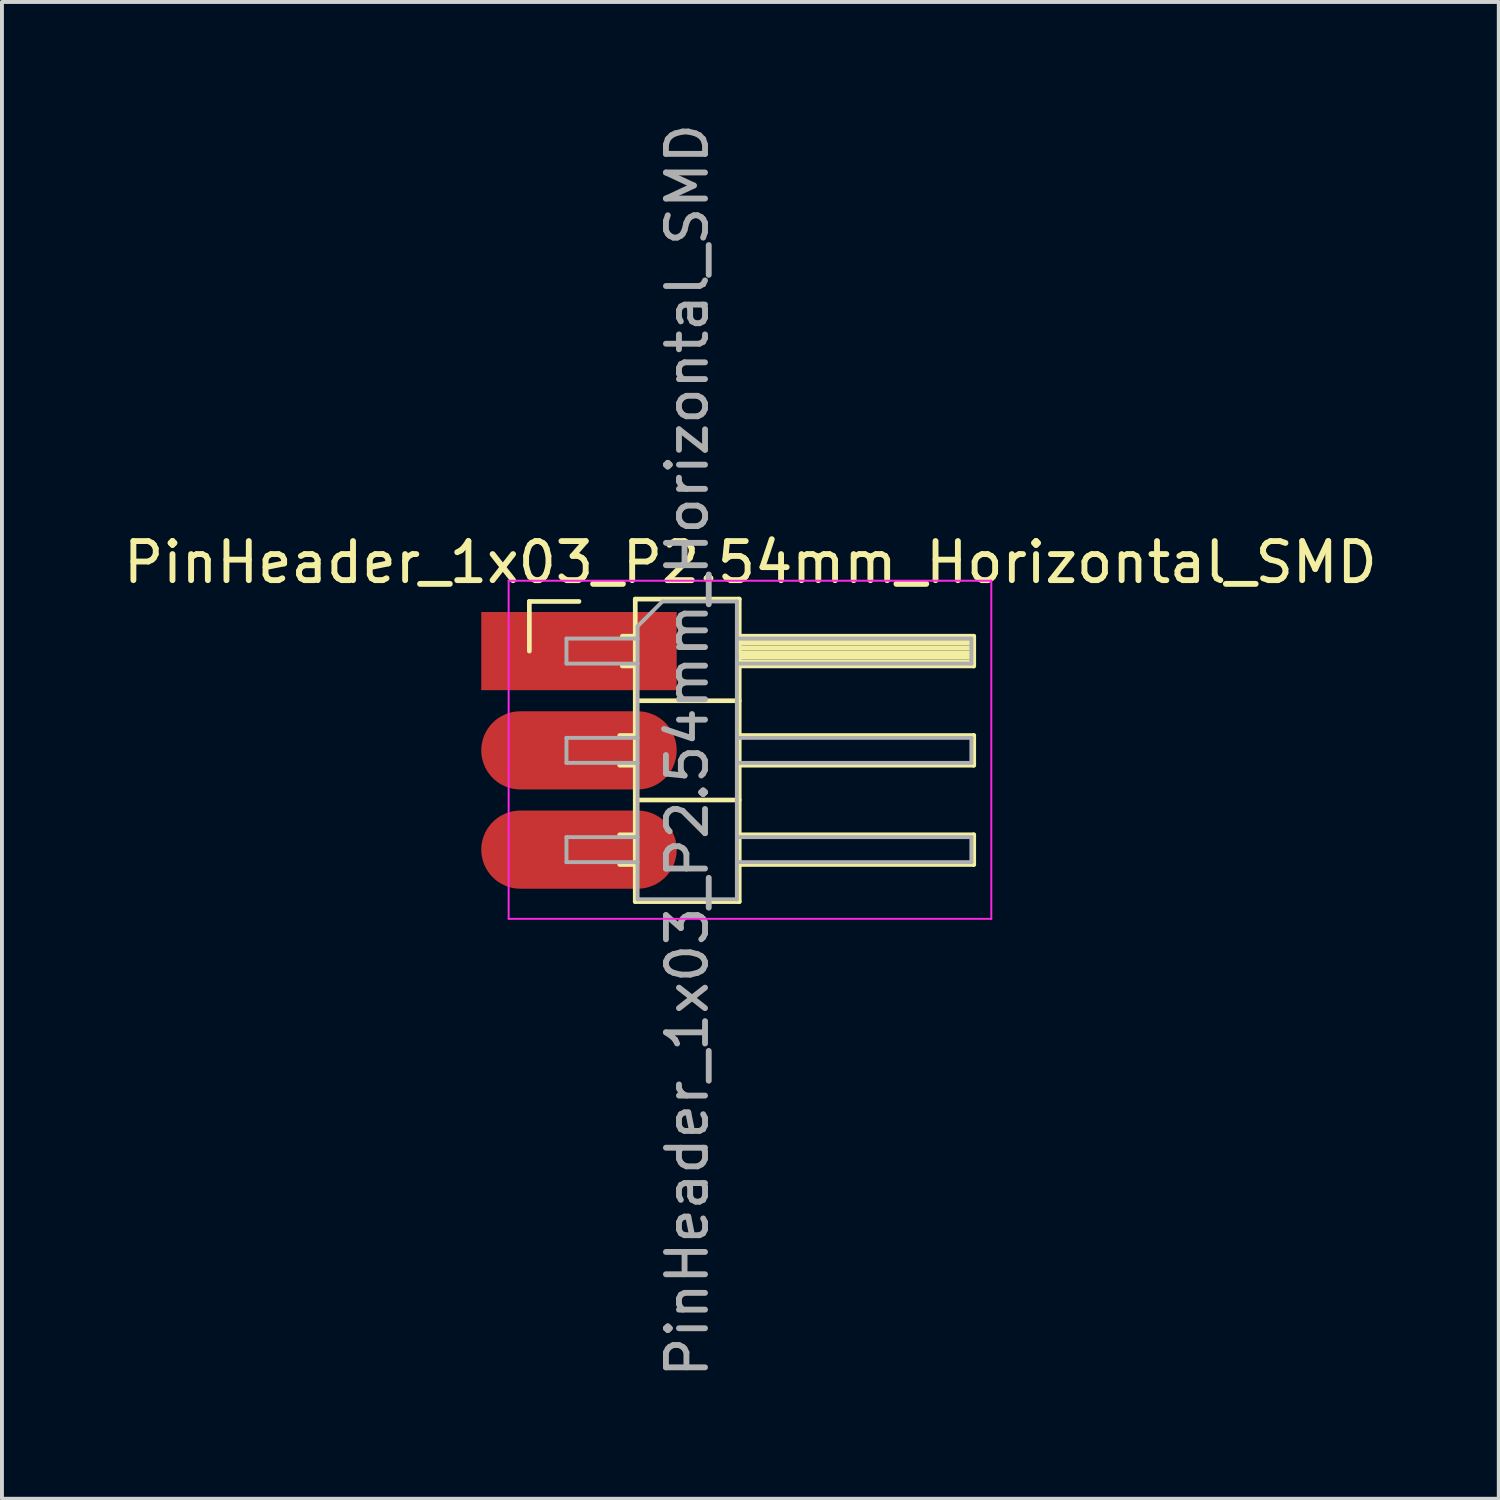
<source format=kicad_pcb>
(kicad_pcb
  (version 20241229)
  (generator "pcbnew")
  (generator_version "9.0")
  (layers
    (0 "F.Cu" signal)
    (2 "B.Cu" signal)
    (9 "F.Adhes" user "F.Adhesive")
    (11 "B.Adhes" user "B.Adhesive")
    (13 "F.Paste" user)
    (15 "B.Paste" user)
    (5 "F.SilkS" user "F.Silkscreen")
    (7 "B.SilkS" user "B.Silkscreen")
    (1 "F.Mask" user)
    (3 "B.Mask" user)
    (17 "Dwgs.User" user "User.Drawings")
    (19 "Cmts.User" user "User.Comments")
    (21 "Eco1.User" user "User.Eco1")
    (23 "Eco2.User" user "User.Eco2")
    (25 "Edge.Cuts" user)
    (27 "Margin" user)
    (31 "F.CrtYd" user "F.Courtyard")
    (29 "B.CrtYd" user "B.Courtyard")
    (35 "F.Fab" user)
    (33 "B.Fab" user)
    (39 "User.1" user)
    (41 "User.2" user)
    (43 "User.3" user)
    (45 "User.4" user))
  (footprint "PinHeader_1x03_P2.54mm_Horizontal_SMD"
    (layer "F.Cu")
    (at 11.764 13.609)
    (property "Reference" "PinHeader_1x03_P2.54mm_Horizontal_SMD" (at 4.385 -2.27 0) (layer "F.SilkS") (effects (font (size 1 1) (thickness 0.15))))
    (attr smd)
    (fp_line (start -1.27 -1.27) (end 0 -1.27) (stroke (width 0.12) (type solid)) (layer "F.SilkS"))
    (fp_line (start -1.27 0) (end -1.27 -1.27) (stroke (width 0.12) (type solid)) (layer "F.SilkS"))
    (fp_line (start 1.043 2.16) (end 1.44 2.16) (stroke (width 0.12) (type solid)) (layer "F.SilkS"))
    (fp_line (start 1.043 2.92) (end 1.44 2.92) (stroke (width 0.12) (type solid)) (layer "F.SilkS"))
    (fp_line (start 1.043 4.7) (end 1.44 4.7) (stroke (width 0.12) (type solid)) (layer "F.SilkS"))
    (fp_line (start 1.043 5.46) (end 1.44 5.46) (stroke (width 0.12) (type solid)) (layer "F.SilkS"))
    (fp_line (start 1.11 -0.38) (end 1.44 -0.38) (stroke (width 0.12) (type solid)) (layer "F.SilkS"))
    (fp_line (start 1.11 0.38) (end 1.44 0.38) (stroke (width 0.12) (type solid)) (layer "F.SilkS"))
    (fp_line (start 1.44 -1.33) (end 1.44 6.41) (stroke (width 0.12) (type solid)) (layer "F.SilkS"))
    (fp_line (start 1.44 1.27) (end 4.1 1.27) (stroke (width 0.12) (type solid)) (layer "F.SilkS"))
    (fp_line (start 1.44 3.81) (end 4.1 3.81) (stroke (width 0.12) (type solid)) (layer "F.SilkS"))
    (fp_line (start 1.44 6.41) (end 4.1 6.41) (stroke (width 0.12) (type solid)) (layer "F.SilkS"))
    (fp_line (start 4.1 -1.33) (end 1.44 -1.33) (stroke (width 0.12) (type solid)) (layer "F.SilkS"))
    (fp_line (start 4.1 -0.38) (end 10.1 -0.38) (stroke (width 0.12) (type solid)) (layer "F.SilkS"))
    (fp_line (start 4.1 -0.32) (end 10.1 -0.32) (stroke (width 0.12) (type solid)) (layer "F.SilkS"))
    (fp_line (start 4.1 -0.2) (end 10.1 -0.2) (stroke (width 0.12) (type solid)) (layer "F.SilkS"))
    (fp_line (start 4.1 -0.08) (end 10.1 -0.08) (stroke (width 0.12) (type solid)) (layer "F.SilkS"))
    (fp_line (start 4.1 0.04) (end 10.1 0.04) (stroke (width 0.12) (type solid)) (layer "F.SilkS"))
    (fp_line (start 4.1 0.16) (end 10.1 0.16) (stroke (width 0.12) (type solid)) (layer "F.SilkS"))
    (fp_line (start 4.1 0.28) (end 10.1 0.28) (stroke (width 0.12) (type solid)) (layer "F.SilkS"))
    (fp_line (start 4.1 2.16) (end 10.1 2.16) (stroke (width 0.12) (type solid)) (layer "F.SilkS"))
    (fp_line (start 4.1 4.7) (end 10.1 4.7) (stroke (width 0.12) (type solid)) (layer "F.SilkS"))
    (fp_line (start 4.1 6.41) (end 4.1 -1.33) (stroke (width 0.12) (type solid)) (layer "F.SilkS"))
    (fp_line (start 10.1 -0.38) (end 10.1 0.38) (stroke (width 0.12) (type solid)) (layer "F.SilkS"))
    (fp_line (start 10.1 0.38) (end 4.1 0.38) (stroke (width 0.12) (type solid)) (layer "F.SilkS"))
    (fp_line (start 10.1 2.16) (end 10.1 2.92) (stroke (width 0.12) (type solid)) (layer "F.SilkS"))
    (fp_line (start 10.1 2.92) (end 4.1 2.92) (stroke (width 0.12) (type solid)) (layer "F.SilkS"))
    (fp_line (start 10.1 4.7) (end 10.1 5.46) (stroke (width 0.12) (type solid)) (layer "F.SilkS"))
    (fp_line (start 10.1 5.46) (end 4.1 5.46) (stroke (width 0.12) (type solid)) (layer "F.SilkS"))
    (fp_line (start -1.8 -1.8) (end -1.8 6.85) (stroke (width 0.05) (type solid)) (layer "F.CrtYd"))
    (fp_line (start -1.8 6.85) (end 10.55 6.85) (stroke (width 0.05) (type solid)) (layer "F.CrtYd"))
    (fp_line (start 10.55 -1.8) (end -1.8 -1.8) (stroke (width 0.05) (type solid)) (layer "F.CrtYd"))
    (fp_line (start 10.55 6.85) (end 10.55 -1.8) (stroke (width 0.05) (type solid)) (layer "F.CrtYd"))
    (fp_line (start -0.32 -0.32) (end -0.32 0.32) (stroke (width 0.1) (type solid)) (layer "F.Fab"))
    (fp_line (start -0.32 -0.32) (end 1.5 -0.32) (stroke (width 0.1) (type solid)) (layer "F.Fab"))
    (fp_line (start -0.32 0.32) (end 1.5 0.32) (stroke (width 0.1) (type solid)) (layer "F.Fab"))
    (fp_line (start -0.32 2.22) (end -0.32 2.86) (stroke (width 0.1) (type solid)) (layer "F.Fab"))
    (fp_line (start -0.32 2.22) (end 1.5 2.22) (stroke (width 0.1) (type solid)) (layer "F.Fab"))
    (fp_line (start -0.32 2.86) (end 1.5 2.86) (stroke (width 0.1) (type solid)) (layer "F.Fab"))
    (fp_line (start -0.32 4.76) (end -0.32 5.4) (stroke (width 0.1) (type solid)) (layer "F.Fab"))
    (fp_line (start -0.32 4.76) (end 1.5 4.76) (stroke (width 0.1) (type solid)) (layer "F.Fab"))
    (fp_line (start -0.32 5.4) (end 1.5 5.4) (stroke (width 0.1) (type solid)) (layer "F.Fab"))
    (fp_line (start 1.5 -0.635) (end 2.135 -1.27) (stroke (width 0.1) (type solid)) (layer "F.Fab"))
    (fp_line (start 1.5 6.35) (end 1.5 -0.635) (stroke (width 0.1) (type solid)) (layer "F.Fab"))
    (fp_line (start 2.135 -1.27) (end 4.04 -1.27) (stroke (width 0.1) (type solid)) (layer "F.Fab"))
    (fp_line (start 4.04 -1.27) (end 4.04 6.35) (stroke (width 0.1) (type solid)) (layer "F.Fab"))
    (fp_line (start 4.04 -0.32) (end 10.04 -0.32) (stroke (width 0.1) (type solid)) (layer "F.Fab"))
    (fp_line (start 4.04 0.32) (end 10.04 0.32) (stroke (width 0.1) (type solid)) (layer "F.Fab"))
    (fp_line (start 4.04 2.22) (end 10.04 2.22) (stroke (width 0.1) (type solid)) (layer "F.Fab"))
    (fp_line (start 4.04 2.86) (end 10.04 2.86) (stroke (width 0.1) (type solid)) (layer "F.Fab"))
    (fp_line (start 4.04 4.76) (end 10.04 4.76) (stroke (width 0.1) (type solid)) (layer "F.Fab"))
    (fp_line (start 4.04 5.4) (end 10.04 5.4) (stroke (width 0.1) (type solid)) (layer "F.Fab"))
    (fp_line (start 4.04 6.35) (end 1.5 6.35) (stroke (width 0.1) (type solid)) (layer "F.Fab"))
    (fp_line (start 10.04 -0.32) (end 10.04 0.32) (stroke (width 0.1) (type solid)) (layer "F.Fab"))
    (fp_line (start 10.04 2.22) (end 10.04 2.86) (stroke (width 0.1) (type solid)) (layer "F.Fab"))
    (fp_line (start 10.04 4.76) (end 10.04 5.4) (stroke (width 0.1) (type solid)) (layer "F.Fab"))
    (fp_text user "${REFERENCE}" (at 2.77 2.54 90) (layer "F.Fab") (effects (font (size 1 1) (thickness 0.15))))
    (pad "1" smd rect (at 0 0) (size 5 2) (layers "F.Cu" "F.Mask" "F.Paste"))
    (pad "2" smd oval (at 0 2.54) (size 5 2) (layers "F.Cu" "F.Mask" "F.Paste"))
    (pad "3" smd oval (at 0 5.08) (size 5 2) (layers "F.Cu" "F.Mask" "F.Paste")))
  (gr_rect
    (start -3 -3)
    (end 35.298 35.298)
    (stroke (width 0.1) (type default))
    (fill no)
    (layer "Edge.Cuts")))
</source>
